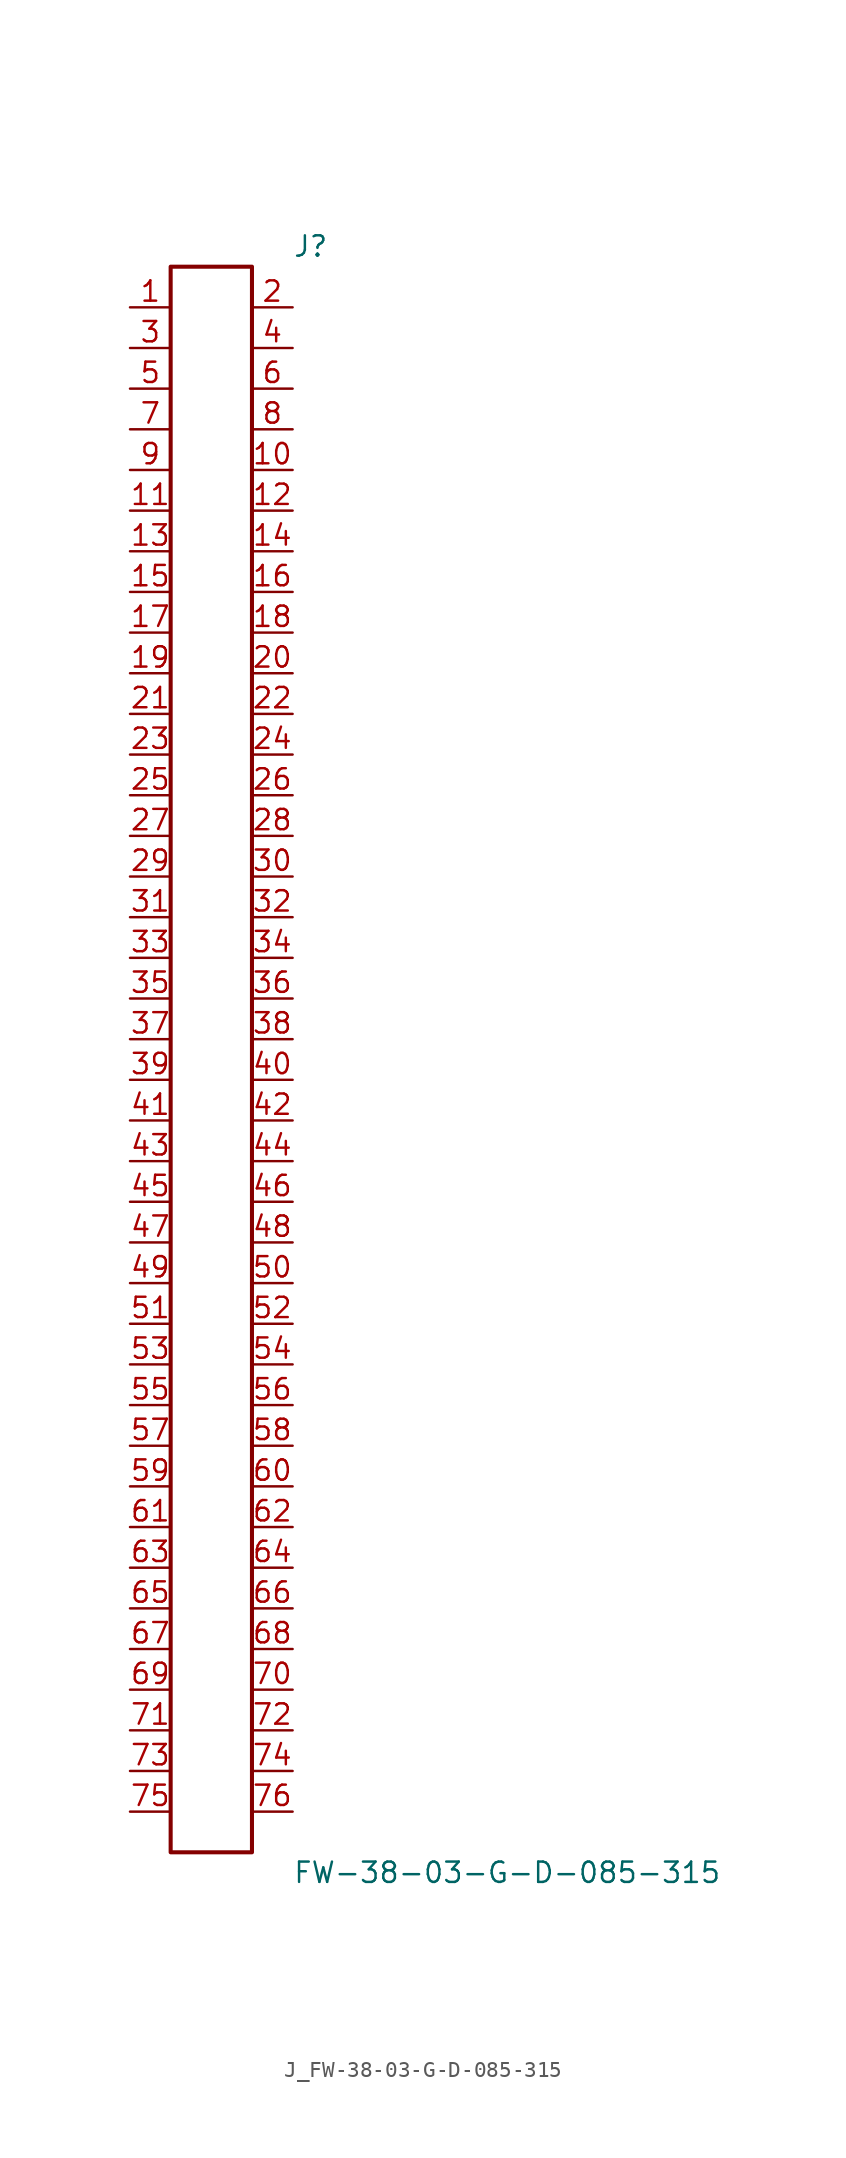
<source format=kicad_sym>
(kicad_symbol_lib
  (version 20231120)
  (generator kicad_symbol_editor)
  (generator_version 8.0)
  (symbol "J_FW-38-03-G-D-085-315"
    (pin_names
      (offset 0.254))
    (property "Reference" "J"
      (at 5.08 50.8 0)
      (effects (font (size 1.27 1.27)) (justify left)))
    (property "Value" "FW-38-03-G-D-085-315"
      (at 5.08 -50.8 0)
      (effects (font (size 1.27 1.27)) (justify left)))
    (symbol "J_FW-38-03-G-D-085-315_0_0"
      (pin unspecified line (at -5.08 46.99 0) (length 2.54) (name "" (effects (font (size 1.27 1.27)))) (number "1" (effects (font (size 1.27 1.27)))))
      (pin unspecified line (at 5.08 46.99 180) (length 2.54) (name "" (effects (font (size 1.27 1.27)))) (number "2" (effects (font (size 1.27 1.27)))))
      (pin unspecified line (at -5.08 44.45 0) (length 2.54) (name "" (effects (font (size 1.27 1.27)))) (number "3" (effects (font (size 1.27 1.27)))))
      (pin unspecified line (at 5.08 44.45 180) (length 2.54) (name "" (effects (font (size 1.27 1.27)))) (number "4" (effects (font (size 1.27 1.27)))))
      (pin unspecified line (at -5.08 41.91 0) (length 2.54) (name "" (effects (font (size 1.27 1.27)))) (number "5" (effects (font (size 1.27 1.27)))))
      (pin unspecified line (at 5.08 41.91 180) (length 2.54) (name "" (effects (font (size 1.27 1.27)))) (number "6" (effects (font (size 1.27 1.27)))))
      (pin unspecified line (at -5.08 39.37 0) (length 2.54) (name "" (effects (font (size 1.27 1.27)))) (number "7" (effects (font (size 1.27 1.27)))))
      (pin unspecified line (at 5.08 39.37 180) (length 2.54) (name "" (effects (font (size 1.27 1.27)))) (number "8" (effects (font (size 1.27 1.27)))))
      (pin unspecified line (at -5.08 36.83 0) (length 2.54) (name "" (effects (font (size 1.27 1.27)))) (number "9" (effects (font (size 1.27 1.27)))))
      (pin unspecified line (at 5.08 36.83 180) (length 2.54) (name "" (effects (font (size 1.27 1.27)))) (number "10" (effects (font (size 1.27 1.27)))))
      (pin unspecified line (at -5.08 34.29 0) (length 2.54) (name "" (effects (font (size 1.27 1.27)))) (number "11" (effects (font (size 1.27 1.27)))))
      (pin unspecified line (at 5.08 34.29 180) (length 2.54) (name "" (effects (font (size 1.27 1.27)))) (number "12" (effects (font (size 1.27 1.27)))))
      (pin unspecified line (at -5.08 31.75 0) (length 2.54) (name "" (effects (font (size 1.27 1.27)))) (number "13" (effects (font (size 1.27 1.27)))))
      (pin unspecified line (at 5.08 31.75 180) (length 2.54) (name "" (effects (font (size 1.27 1.27)))) (number "14" (effects (font (size 1.27 1.27)))))
      (pin unspecified line (at -5.08 29.21 0) (length 2.54) (name "" (effects (font (size 1.27 1.27)))) (number "15" (effects (font (size 1.27 1.27)))))
      (pin unspecified line (at 5.08 29.21 180) (length 2.54) (name "" (effects (font (size 1.27 1.27)))) (number "16" (effects (font (size 1.27 1.27)))))
      (pin unspecified line (at -5.08 26.67 0) (length 2.54) (name "" (effects (font (size 1.27 1.27)))) (number "17" (effects (font (size 1.27 1.27)))))
      (pin unspecified line (at 5.08 26.67 180) (length 2.54) (name "" (effects (font (size 1.27 1.27)))) (number "18" (effects (font (size 1.27 1.27)))))
      (pin unspecified line (at -5.08 24.13 0) (length 2.54) (name "" (effects (font (size 1.27 1.27)))) (number "19" (effects (font (size 1.27 1.27)))))
      (pin unspecified line (at 5.08 24.13 180) (length 2.54) (name "" (effects (font (size 1.27 1.27)))) (number "20" (effects (font (size 1.27 1.27)))))
      (pin unspecified line (at -5.08 21.59 0) (length 2.54) (name "" (effects (font (size 1.27 1.27)))) (number "21" (effects (font (size 1.27 1.27)))))
      (pin unspecified line (at 5.08 21.59 180) (length 2.54) (name "" (effects (font (size 1.27 1.27)))) (number "22" (effects (font (size 1.27 1.27)))))
      (pin unspecified line (at -5.08 19.05 0) (length 2.54) (name "" (effects (font (size 1.27 1.27)))) (number "23" (effects (font (size 1.27 1.27)))))
      (pin unspecified line (at 5.08 19.05 180) (length 2.54) (name "" (effects (font (size 1.27 1.27)))) (number "24" (effects (font (size 1.27 1.27)))))
      (pin unspecified line (at -5.08 16.51 0) (length 2.54) (name "" (effects (font (size 1.27 1.27)))) (number "25" (effects (font (size 1.27 1.27)))))
      (pin unspecified line (at 5.08 16.51 180) (length 2.54) (name "" (effects (font (size 1.27 1.27)))) (number "26" (effects (font (size 1.27 1.27)))))
      (pin unspecified line (at -5.08 13.97 0) (length 2.54) (name "" (effects (font (size 1.27 1.27)))) (number "27" (effects (font (size 1.27 1.27)))))
      (pin unspecified line (at 5.08 13.97 180) (length 2.54) (name "" (effects (font (size 1.27 1.27)))) (number "28" (effects (font (size 1.27 1.27)))))
      (pin unspecified line (at -5.08 11.43 0) (length 2.54) (name "" (effects (font (size 1.27 1.27)))) (number "29" (effects (font (size 1.27 1.27)))))
      (pin unspecified line (at 5.08 11.43 180) (length 2.54) (name "" (effects (font (size 1.27 1.27)))) (number "30" (effects (font (size 1.27 1.27)))))
      (pin unspecified line (at -5.08 8.89 0) (length 2.54) (name "" (effects (font (size 1.27 1.27)))) (number "31" (effects (font (size 1.27 1.27)))))
      (pin unspecified line (at 5.08 8.89 180) (length 2.54) (name "" (effects (font (size 1.27 1.27)))) (number "32" (effects (font (size 1.27 1.27)))))
      (pin unspecified line (at -5.08 6.35 0) (length 2.54) (name "" (effects (font (size 1.27 1.27)))) (number "33" (effects (font (size 1.27 1.27)))))
      (pin unspecified line (at 5.08 6.35 180) (length 2.54) (name "" (effects (font (size 1.27 1.27)))) (number "34" (effects (font (size 1.27 1.27)))))
      (pin unspecified line (at -5.08 3.81 0) (length 2.54) (name "" (effects (font (size 1.27 1.27)))) (number "35" (effects (font (size 1.27 1.27)))))
      (pin unspecified line (at 5.08 3.81 180) (length 2.54) (name "" (effects (font (size 1.27 1.27)))) (number "36" (effects (font (size 1.27 1.27)))))
      (pin unspecified line (at -5.08 1.27 0) (length 2.54) (name "" (effects (font (size 1.27 1.27)))) (number "37" (effects (font (size 1.27 1.27)))))
      (pin unspecified line (at 5.08 1.27 180) (length 2.54) (name "" (effects (font (size 1.27 1.27)))) (number "38" (effects (font (size 1.27 1.27)))))
      (pin unspecified line (at -5.08 -1.27 0) (length 2.54) (name "" (effects (font (size 1.27 1.27)))) (number "39" (effects (font (size 1.27 1.27)))))
      (pin unspecified line (at 5.08 -1.27 180) (length 2.54) (name "" (effects (font (size 1.27 1.27)))) (number "40" (effects (font (size 1.27 1.27)))))
      (pin unspecified line (at -5.08 -3.81 0) (length 2.54) (name "" (effects (font (size 1.27 1.27)))) (number "41" (effects (font (size 1.27 1.27)))))
      (pin unspecified line (at 5.08 -3.81 180) (length 2.54) (name "" (effects (font (size 1.27 1.27)))) (number "42" (effects (font (size 1.27 1.27)))))
      (pin unspecified line (at -5.08 -6.35 0) (length 2.54) (name "" (effects (font (size 1.27 1.27)))) (number "43" (effects (font (size 1.27 1.27)))))
      (pin unspecified line (at 5.08 -6.35 180) (length 2.54) (name "" (effects (font (size 1.27 1.27)))) (number "44" (effects (font (size 1.27 1.27)))))
      (pin unspecified line (at -5.08 -8.89 0) (length 2.54) (name "" (effects (font (size 1.27 1.27)))) (number "45" (effects (font (size 1.27 1.27)))))
      (pin unspecified line (at 5.08 -8.89 180) (length 2.54) (name "" (effects (font (size 1.27 1.27)))) (number "46" (effects (font (size 1.27 1.27)))))
      (pin unspecified line (at -5.08 -11.43 0) (length 2.54) (name "" (effects (font (size 1.27 1.27)))) (number "47" (effects (font (size 1.27 1.27)))))
      (pin unspecified line (at 5.08 -11.43 180) (length 2.54) (name "" (effects (font (size 1.27 1.27)))) (number "48" (effects (font (size 1.27 1.27)))))
      (pin unspecified line (at -5.08 -13.97 0) (length 2.54) (name "" (effects (font (size 1.27 1.27)))) (number "49" (effects (font (size 1.27 1.27)))))
      (pin unspecified line (at 5.08 -13.97 180) (length 2.54) (name "" (effects (font (size 1.27 1.27)))) (number "50" (effects (font (size 1.27 1.27)))))
      (pin unspecified line (at -5.08 -16.51 0) (length 2.54) (name "" (effects (font (size 1.27 1.27)))) (number "51" (effects (font (size 1.27 1.27)))))
      (pin unspecified line (at 5.08 -16.51 180) (length 2.54) (name "" (effects (font (size 1.27 1.27)))) (number "52" (effects (font (size 1.27 1.27)))))
      (pin unspecified line (at -5.08 -19.05 0) (length 2.54) (name "" (effects (font (size 1.27 1.27)))) (number "53" (effects (font (size 1.27 1.27)))))
      (pin unspecified line (at 5.08 -19.05 180) (length 2.54) (name "" (effects (font (size 1.27 1.27)))) (number "54" (effects (font (size 1.27 1.27)))))
      (pin unspecified line (at -5.08 -21.59 0) (length 2.54) (name "" (effects (font (size 1.27 1.27)))) (number "55" (effects (font (size 1.27 1.27)))))
      (pin unspecified line (at 5.08 -21.59 180) (length 2.54) (name "" (effects (font (size 1.27 1.27)))) (number "56" (effects (font (size 1.27 1.27)))))
      (pin unspecified line (at -5.08 -24.13 0) (length 2.54) (name "" (effects (font (size 1.27 1.27)))) (number "57" (effects (font (size 1.27 1.27)))))
      (pin unspecified line (at 5.08 -24.13 180) (length 2.54) (name "" (effects (font (size 1.27 1.27)))) (number "58" (effects (font (size 1.27 1.27)))))
      (pin unspecified line (at -5.08 -26.67 0) (length 2.54) (name "" (effects (font (size 1.27 1.27)))) (number "59" (effects (font (size 1.27 1.27)))))
      (pin unspecified line (at 5.08 -26.67 180) (length 2.54) (name "" (effects (font (size 1.27 1.27)))) (number "60" (effects (font (size 1.27 1.27)))))
      (pin unspecified line (at -5.08 -29.21 0) (length 2.54) (name "" (effects (font (size 1.27 1.27)))) (number "61" (effects (font (size 1.27 1.27)))))
      (pin unspecified line (at 5.08 -29.21 180) (length 2.54) (name "" (effects (font (size 1.27 1.27)))) (number "62" (effects (font (size 1.27 1.27)))))
      (pin unspecified line (at -5.08 -31.75 0) (length 2.54) (name "" (effects (font (size 1.27 1.27)))) (number "63" (effects (font (size 1.27 1.27)))))
      (pin unspecified line (at 5.08 -31.75 180) (length 2.54) (name "" (effects (font (size 1.27 1.27)))) (number "64" (effects (font (size 1.27 1.27)))))
      (pin unspecified line (at -5.08 -34.29 0) (length 2.54) (name "" (effects (font (size 1.27 1.27)))) (number "65" (effects (font (size 1.27 1.27)))))
      (pin unspecified line (at 5.08 -34.29 180) (length 2.54) (name "" (effects (font (size 1.27 1.27)))) (number "66" (effects (font (size 1.27 1.27)))))
      (pin unspecified line (at -5.08 -36.83 0) (length 2.54) (name "" (effects (font (size 1.27 1.27)))) (number "67" (effects (font (size 1.27 1.27)))))
      (pin unspecified line (at 5.08 -36.83 180) (length 2.54) (name "" (effects (font (size 1.27 1.27)))) (number "68" (effects (font (size 1.27 1.27)))))
      (pin unspecified line (at -5.08 -39.37 0) (length 2.54) (name "" (effects (font (size 1.27 1.27)))) (number "69" (effects (font (size 1.27 1.27)))))
      (pin unspecified line (at 5.08 -39.37 180) (length 2.54) (name "" (effects (font (size 1.27 1.27)))) (number "70" (effects (font (size 1.27 1.27)))))
      (pin unspecified line (at -5.08 -41.91 0) (length 2.54) (name "" (effects (font (size 1.27 1.27)))) (number "71" (effects (font (size 1.27 1.27)))))
      (pin unspecified line (at 5.08 -41.91 180) (length 2.54) (name "" (effects (font (size 1.27 1.27)))) (number "72" (effects (font (size 1.27 1.27)))))
      (pin unspecified line (at -5.08 -44.45 0) (length 2.54) (name "" (effects (font (size 1.27 1.27)))) (number "73" (effects (font (size 1.27 1.27)))))
      (pin unspecified line (at 5.08 -44.45 180) (length 2.54) (name "" (effects (font (size 1.27 1.27)))) (number "74" (effects (font (size 1.27 1.27)))))
      (pin unspecified line (at -5.08 -46.99 0) (length 2.54) (name "" (effects (font (size 1.27 1.27)))) (number "75" (effects (font (size 1.27 1.27)))))
      (pin unspecified line (at 5.08 -46.99 180) (length 2.54) (name "" (effects (font (size 1.27 1.27)))) (number "76" (effects (font (size 1.27 1.27))))))
    (symbol "J_FW-38-03-G-D-085-315_1_0"
      (rectangle (start -2.54 49.53) (end 2.54 -49.53) (stroke (width 0.254) (type solid)) (fill (type none))))))
</source>
